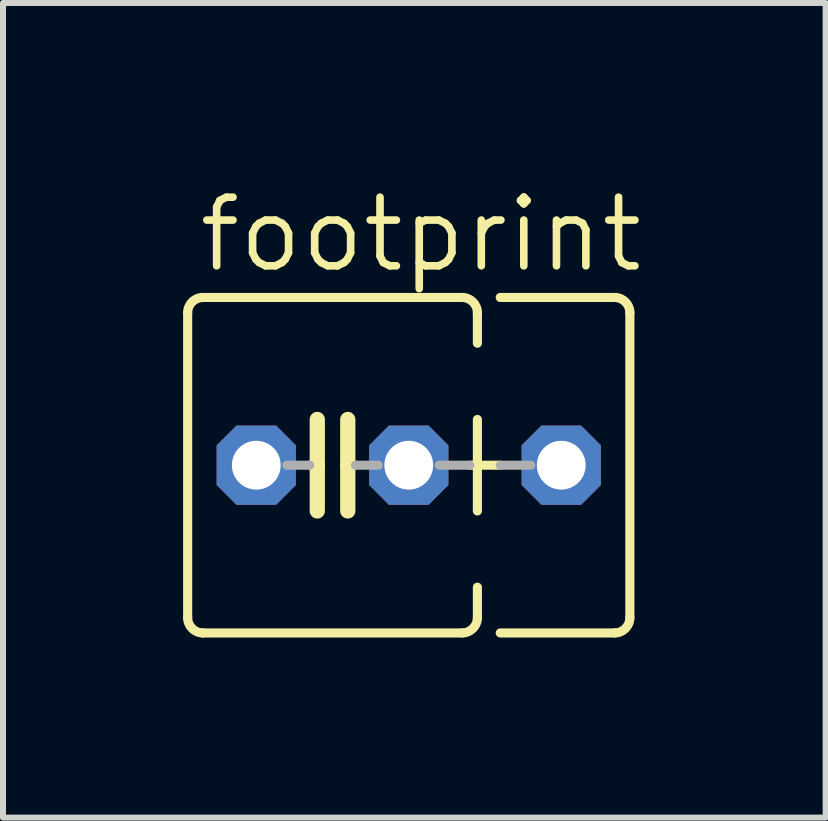
<source format=kicad_pcb>
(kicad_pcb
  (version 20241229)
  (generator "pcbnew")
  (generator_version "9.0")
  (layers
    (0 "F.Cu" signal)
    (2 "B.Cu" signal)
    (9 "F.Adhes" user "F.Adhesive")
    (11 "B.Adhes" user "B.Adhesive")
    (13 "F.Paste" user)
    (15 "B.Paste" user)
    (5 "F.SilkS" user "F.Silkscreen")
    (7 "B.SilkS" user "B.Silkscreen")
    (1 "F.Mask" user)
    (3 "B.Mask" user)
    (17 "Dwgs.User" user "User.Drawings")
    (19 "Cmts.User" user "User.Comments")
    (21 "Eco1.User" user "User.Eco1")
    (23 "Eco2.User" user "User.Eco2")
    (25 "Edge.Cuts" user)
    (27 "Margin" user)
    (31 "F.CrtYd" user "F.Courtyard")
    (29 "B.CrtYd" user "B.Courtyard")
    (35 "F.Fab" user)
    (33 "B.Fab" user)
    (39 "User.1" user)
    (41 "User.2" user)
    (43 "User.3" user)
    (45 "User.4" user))
  (footprint "footprint"
    (layer "F.Cu")
    (at 2.489 4.699)
    (property "Reference" "footprint" (at -2.286 -3.175 0) (layer "F.SilkS") (effects (font (size 1.143 1.143) (thickness 0.127)) (justify left bottom)))
    (fp_line (start -2.413 -2.54) (end -2.413 2.54) (stroke (width 0.152) (type solid)) (layer "F.SilkS"))
    (fp_line (start -2.159 -2.794) (end 2.159 -2.794) (stroke (width 0.152) (type solid)) (layer "F.SilkS"))
    (fp_line (start -0.254 -0.762) (end -0.254 0) (stroke (width 0.254) (type solid)) (layer "F.SilkS"))
    (fp_line (start -0.254 0) (end -0.381 0) (stroke (width 0.152) (type solid)) (layer "F.SilkS"))
    (fp_line (start -0.254 0) (end -0.254 0.762) (stroke (width 0.254) (type solid)) (layer "F.SilkS"))
    (fp_line (start 0.254 0) (end 0.254 -0.762) (stroke (width 0.254) (type solid)) (layer "F.SilkS"))
    (fp_line (start 0.254 0) (end 0.254 0.762) (stroke (width 0.254) (type solid)) (layer "F.SilkS"))
    (fp_line (start 0.381 0) (end 0.254 0) (stroke (width 0.152) (type solid)) (layer "F.SilkS"))
    (fp_line (start 2.159 2.794) (end -2.159 2.794) (stroke (width 0.152) (type solid)) (layer "F.SilkS"))
    (fp_line (start 2.286 0) (end 2.794 0) (stroke (width 0.152) (type solid)) (layer "F.SilkS"))
    (fp_line (start 2.413 -2.54) (end 2.413 -2.032) (stroke (width 0.152) (type solid)) (layer "F.SilkS"))
    (fp_line (start 2.413 -0.762) (end 2.413 0.762) (stroke (width 0.152) (type solid)) (layer "F.SilkS"))
    (fp_line (start 2.413 2.032) (end 2.413 2.54) (stroke (width 0.152) (type solid)) (layer "F.SilkS"))
    (fp_line (start 2.794 -2.794) (end 4.699 -2.794) (stroke (width 0.152) (type solid)) (layer "F.SilkS"))
    (fp_line (start 4.699 2.794) (end 2.794 2.794) (stroke (width 0.152) (type solid)) (layer "F.SilkS"))
    (fp_line (start 4.953 -2.54) (end 4.953 2.54) (stroke (width 0.152) (type solid)) (layer "F.SilkS"))
    (fp_arc (start -2.413 -2.54) (mid -2.338605 -2.719605) (end -2.159 -2.794) (stroke (width 0.1524) (type solid)) (layer "F.SilkS"))
    (fp_arc (start -2.159 2.794) (mid -2.338605 2.719605) (end -2.413 2.54) (stroke (width 0.1524) (type solid)) (layer "F.SilkS"))
    (fp_arc (start 2.159 -2.794) (mid 2.338605 -2.719605) (end 2.413 -2.54) (stroke (width 0.1524) (type solid)) (layer "F.SilkS"))
    (fp_arc (start 2.413 2.54) (mid 2.338605 2.719605) (end 2.159 2.794) (stroke (width 0.1524) (type solid)) (layer "F.SilkS"))
    (fp_arc (start 4.699 -2.794) (mid 4.878605 -2.719605) (end 4.953 -2.54) (stroke (width 0.1524) (type solid)) (layer "F.SilkS"))
    (fp_arc (start 4.953 2.54) (mid 4.878605 2.719605) (end 4.699 2.794) (stroke (width 0.1524) (type solid)) (layer "F.SilkS"))
    (fp_line (start -0.381 0) (end -0.762 0) (stroke (width 0.152) (type solid)) (layer "F.Fab"))
    (fp_line (start 0.381 0) (end 0.762 0) (stroke (width 0.152) (type solid)) (layer "F.Fab"))
    (fp_line (start 1.778 0) (end 2.286 0) (stroke (width 0.152) (type solid)) (layer "F.Fab"))
    (fp_line (start 2.794 0) (end 3.302 0) (stroke (width 0.152) (type solid)) (layer "F.Fab"))
    (pad "1" thru_hole roundrect (at -1.27 0) (size 1.321 1.321) (drill 0.813) (layers "*.Cu" "*.Mask") (roundrect_rratio 0.25) (chamfer_ratio 0.25) (chamfer top_left top_right bottom_left bottom_right))
    (pad "2" thru_hole roundrect (at 1.27 0) (size 1.321 1.321) (drill 0.813) (layers "*.Cu" "*.Mask") (roundrect_rratio 0.25) (chamfer_ratio 0.25) (chamfer top_left top_right bottom_left bottom_right))
    (pad "3" thru_hole roundrect (at 3.81 0) (size 1.321 1.321) (drill 0.813) (layers "*.Cu" "*.Mask") (roundrect_rratio 0.25) (chamfer_ratio 0.25) (chamfer top_left top_right bottom_left bottom_right)))
  (gr_rect
    (start -3 -3)
    (end 10.703 10.569)
    (stroke (width 0.1) (type default))
    (fill no)
    (layer "Edge.Cuts")))
</source>
